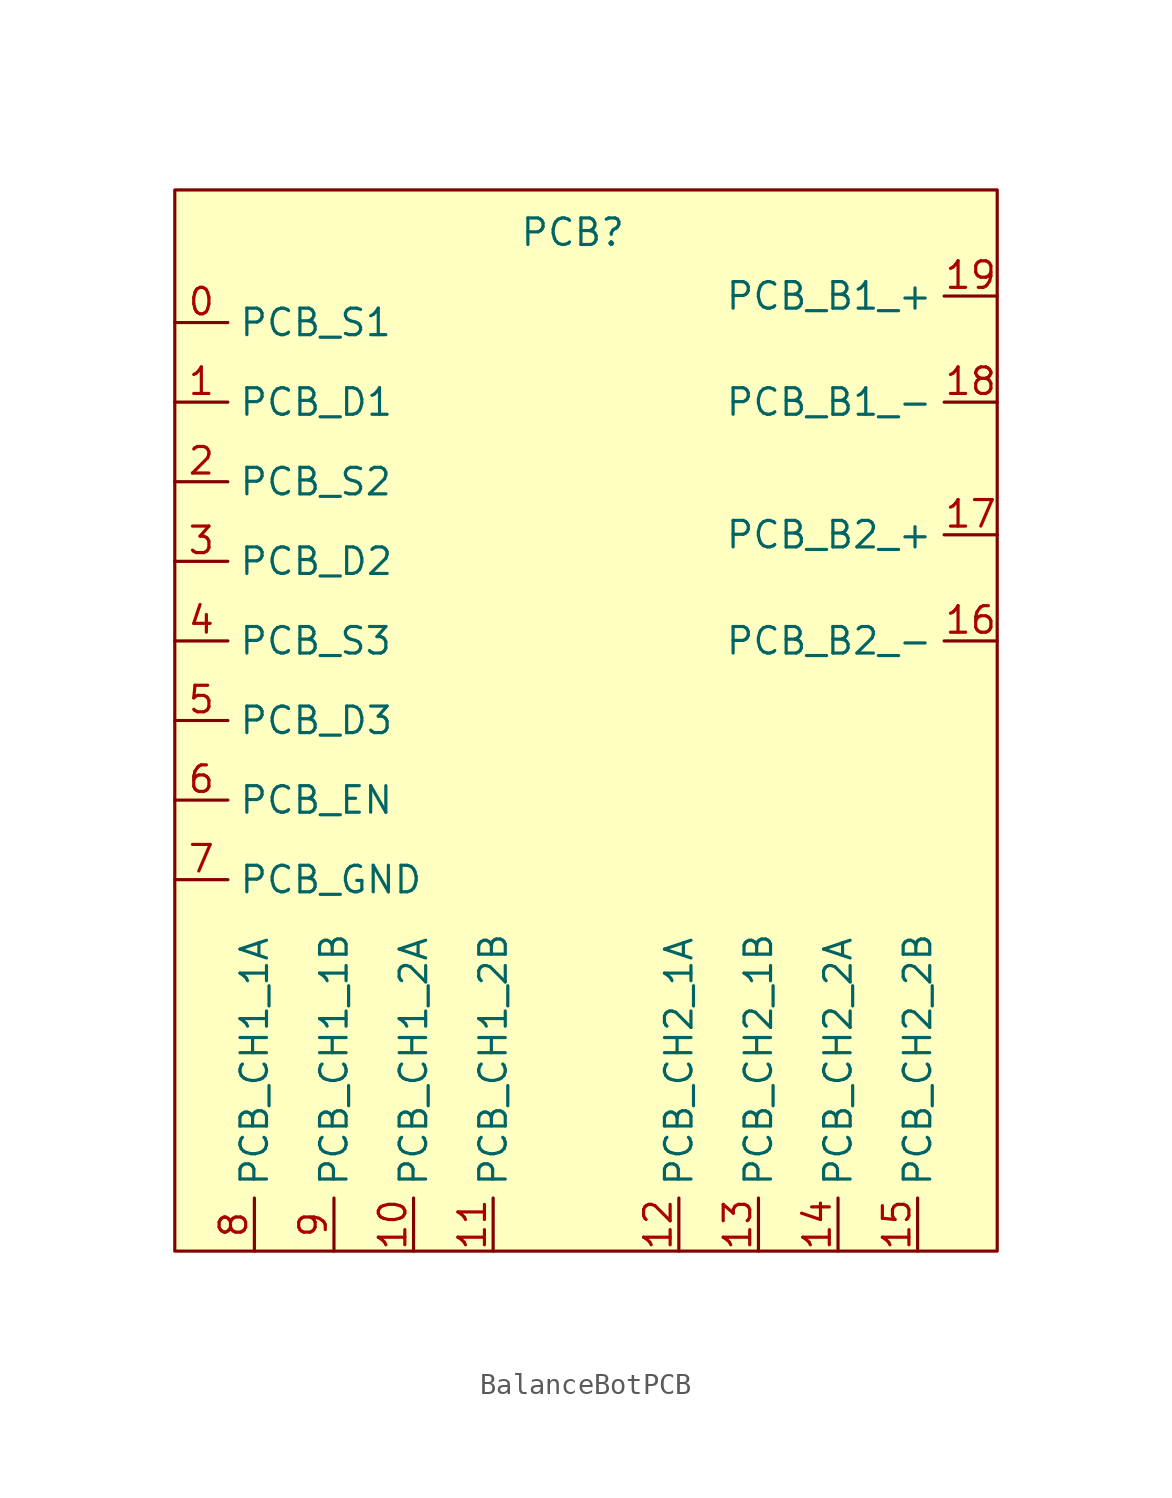
<source format=kicad_sym>
(kicad_symbol_lib
  (version 20231120)
  (generator "kicad_symbol_editor")
  (generator_version "8.0")
  (symbol "BalanceBotPCB"
    (property "Reference" "PCB"
      (at 0 -2.032 0)
      (effects (font (size 1.27 1.27))))
    (property "Value" ""
      (at -8.89 -2.54 0)
      (effects (font (size 1.27 1.27))))
    (symbol "BalanceBotPCB_0_1"
      (rectangle (start -19.05 0) (end 20.32 -50.8) (stroke (width 0) (type default)) (fill (type background))))
    (symbol "BalanceBotPCB_1_1"
      (pin input line (at -19.05 -6.35 0) (length 2.54) (name "PCB_S1" (effects (font (size 1.27 1.27)))) (number "0" (effects (font (size 1.27 1.27)))))
      (pin input line (at -19.05 -10.16 0) (length 2.54) (name "PCB_D1" (effects (font (size 1.27 1.27)))) (number "1" (effects (font (size 1.27 1.27)))))
      (pin input line (at -7.62 -50.8 90) (length 2.54) (name "PCB_CH1_2A" (effects (font (size 1.27 1.27)))) (number "10" (effects (font (size 1.27 1.27)))))
      (pin input line (at -3.81 -50.8 90) (length 2.54) (name "PCB_CH1_2B" (effects (font (size 1.27 1.27)))) (number "11" (effects (font (size 1.27 1.27)))))
      (pin input line (at 5.08 -50.8 90) (length 2.54) (name "PCB_CH2_1A" (effects (font (size 1.27 1.27)))) (number "12" (effects (font (size 1.27 1.27)))))
      (pin input line (at 8.89 -50.8 90) (length 2.54) (name "PCB_CH2_1B" (effects (font (size 1.27 1.27)))) (number "13" (effects (font (size 1.27 1.27)))))
      (pin input line (at 12.7 -50.8 90) (length 2.54) (name "PCB_CH2_2A" (effects (font (size 1.27 1.27)))) (number "14" (effects (font (size 1.27 1.27)))))
      (pin input line (at 16.51 -50.8 90) (length 2.54) (name "PCB_CH2_2B" (effects (font (size 1.27 1.27)))) (number "15" (effects (font (size 1.27 1.27)))))
      (pin power_in line (at 20.32 -21.59 180) (length 2.54) (name "PCB_B2_-" (effects (font (size 1.27 1.27)))) (number "16" (effects (font (size 1.27 1.27)))))
      (pin power_in line (at 20.32 -16.51 180) (length 2.54) (name "PCB_B2_+" (effects (font (size 1.27 1.27)))) (number "17" (effects (font (size 1.27 1.27)))))
      (pin power_in line (at 20.32 -10.16 180) (length 2.54) (name "PCB_B1_-" (effects (font (size 1.27 1.27)))) (number "18" (effects (font (size 1.27 1.27)))))
      (pin power_in line (at 20.32 -5.08 180) (length 2.54) (name "PCB_B1_+" (effects (font (size 1.27 1.27)))) (number "19" (effects (font (size 1.27 1.27)))))
      (pin input line (at -19.05 -13.97 0) (length 2.54) (name "PCB_S2" (effects (font (size 1.27 1.27)))) (number "2" (effects (font (size 1.27 1.27)))))
      (pin input line (at -19.05 -17.78 0) (length 2.54) (name "PCB_D2" (effects (font (size 1.27 1.27)))) (number "3" (effects (font (size 1.27 1.27)))))
      (pin input line (at -19.05 -21.59 0) (length 2.54) (name "PCB_S3" (effects (font (size 1.27 1.27)))) (number "4" (effects (font (size 1.27 1.27)))))
      (pin input line (at -19.05 -25.4 0) (length 2.54) (name "PCB_D3" (effects (font (size 1.27 1.27)))) (number "5" (effects (font (size 1.27 1.27)))))
      (pin input line (at -19.05 -29.21 0) (length 2.54) (name "PCB_EN" (effects (font (size 1.27 1.27)))) (number "6" (effects (font (size 1.27 1.27)))))
      (pin input line (at -19.05 -33.02 0) (length 2.54) (name "PCB_GND" (effects (font (size 1.27 1.27)))) (number "7" (effects (font (size 1.27 1.27)))))
      (pin input line (at -15.24 -50.8 90) (length 2.54) (name "PCB_CH1_1A" (effects (font (size 1.27 1.27)))) (number "8" (effects (font (size 1.27 1.27)))))
      (pin input line (at -11.43 -50.8 90) (length 2.54) (name "PCB_CH1_1B" (effects (font (size 1.27 1.27)))) (number "9" (effects (font (size 1.27 1.27))))))))
</source>
